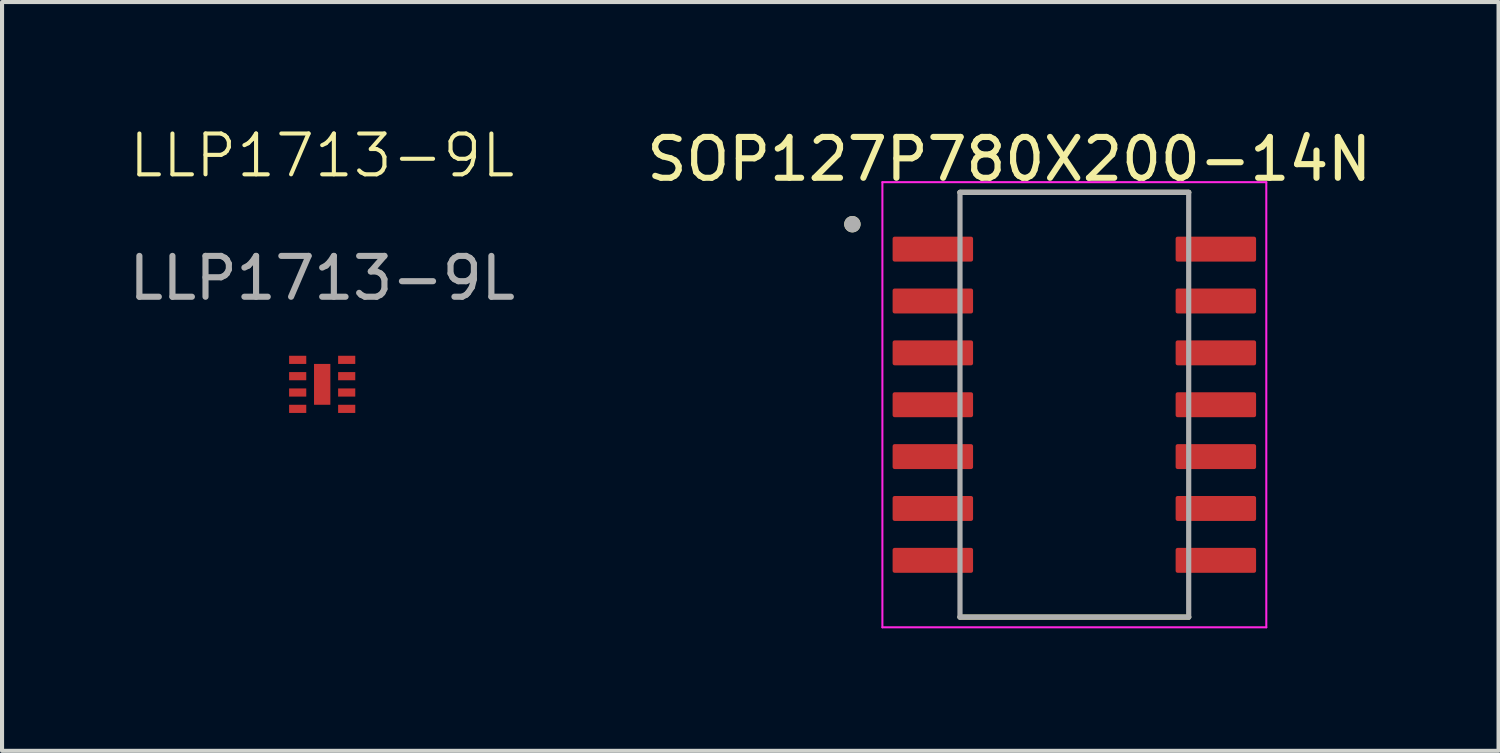
<source format=kicad_pcb>
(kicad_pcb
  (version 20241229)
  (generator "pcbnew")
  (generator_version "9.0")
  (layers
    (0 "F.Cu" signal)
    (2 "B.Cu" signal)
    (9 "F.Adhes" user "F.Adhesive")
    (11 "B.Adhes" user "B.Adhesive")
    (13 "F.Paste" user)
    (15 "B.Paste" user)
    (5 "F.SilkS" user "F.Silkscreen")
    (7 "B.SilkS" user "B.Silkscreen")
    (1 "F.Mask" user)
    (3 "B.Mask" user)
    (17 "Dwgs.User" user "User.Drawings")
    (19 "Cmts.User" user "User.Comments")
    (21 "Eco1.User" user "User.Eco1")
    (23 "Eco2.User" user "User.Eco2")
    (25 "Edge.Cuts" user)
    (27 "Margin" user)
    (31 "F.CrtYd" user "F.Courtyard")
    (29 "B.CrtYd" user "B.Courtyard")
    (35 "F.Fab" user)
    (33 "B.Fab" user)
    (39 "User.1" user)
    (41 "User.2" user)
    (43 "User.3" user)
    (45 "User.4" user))
  (footprint "LLP1713-9L"
    (layer "F.Cu")
    (at 4.839 6.361)
    (property "Reference" "LLP1713-9L" (at 0 -5.6 0) (unlocked yes) (layer "F.SilkS") (effects (font (size 1 1) (thickness 0.1))))
    (attr smd)
    (fp_text user "${REFERENCE}" (at 0 -2.6 0) (unlocked yes) (layer "F.Fab") (effects (font (size 1 1) (thickness 0.15))))
    (pad "1" smd rect (at -0.6 -0.6 90) (size 0.2 0.42) (layers "F.Cu" "F.Mask" "F.Paste"))
    (pad "2" smd rect (at -0.6 -0.2 90) (size 0.2 0.42) (layers "F.Cu" "F.Mask" "F.Paste"))
    (pad "3" smd rect (at -0.6 0.2 90) (size 0.2 0.42) (layers "F.Cu" "F.Mask" "F.Paste"))
    (pad "4" smd rect (at -0.6 0.6 90) (size 0.2 0.42) (layers "F.Cu" "F.Mask" "F.Paste"))
    (pad "5" smd rect (at 0.6 -0.6 90) (size 0.2 0.42) (layers "F.Cu" "F.Mask" "F.Paste"))
    (pad "6" smd rect (at 0.6 -0.2 90) (size 0.2 0.42) (layers "F.Cu" "F.Mask" "F.Paste"))
    (pad "7" smd rect (at 0.6 0.2 90) (size 0.2 0.42) (layers "F.Cu" "F.Mask" "F.Paste"))
    (pad "8" smd rect (at 0.6 0.6 90) (size 0.2 0.42) (layers "F.Cu" "F.Mask" "F.Paste"))
    (pad "9" smd rect (at 0 0) (size 0.4 1) (layers "F.Cu" "F.Mask" "F.Paste")))
  (footprint "SOP127P780X200-14N"
    (layer "F.Cu")
    (at 23.256 6.86)
    (property "Reference" "SOP127P780X200-14N" (at -1.595 -6.012 0) (layer "F.SilkS") (effects (font (size 1 1) (thickness 0.15))))
    (attr smd)
    (fp_line (start -2.8 -5.2) (end 2.8 -5.2) (stroke (width 0.127) (type solid)) (layer "F.SilkS"))
    (fp_line (start -2.8 5.2) (end 2.8 5.2) (stroke (width 0.127) (type solid)) (layer "F.SilkS"))
    (fp_circle (center -5.435 -4.42) (end -5.335 -4.42) (stroke (width 0.2) (type solid)) (fill no) (layer "F.SilkS"))
    (fp_line (start -4.7 -5.45) (end -4.7 5.45) (stroke (width 0.05) (type solid)) (layer "F.CrtYd"))
    (fp_line (start -4.7 -5.45) (end 4.7 -5.45) (stroke (width 0.05) (type solid)) (layer "F.CrtYd"))
    (fp_line (start -4.7 5.45) (end 4.7 5.45) (stroke (width 0.05) (type solid)) (layer "F.CrtYd"))
    (fp_line (start 4.7 -5.45) (end 4.7 5.45) (stroke (width 0.05) (type solid)) (layer "F.CrtYd"))
    (fp_line (start -2.8 -5.2) (end -2.8 5.2) (stroke (width 0.127) (type solid)) (layer "F.Fab"))
    (fp_line (start -2.8 -5.2) (end 2.8 -5.2) (stroke (width 0.127) (type solid)) (layer "F.Fab"))
    (fp_line (start -2.8 5.2) (end 2.8 5.2) (stroke (width 0.127) (type solid)) (layer "F.Fab"))
    (fp_line (start 2.8 -5.2) (end 2.8 5.2) (stroke (width 0.127) (type solid)) (layer "F.Fab"))
    (fp_circle (center -5.435 -4.42) (end -5.335 -4.42) (stroke (width 0.2) (type solid)) (fill no) (layer "F.Fab"))
    (pad "1" smd roundrect (at -3.465 -3.81) (size 1.97 0.61) (layers "F.Cu" "F.Mask" "F.Paste") (roundrect_rratio 0.08))
    (pad "2" smd roundrect (at -3.465 -2.54) (size 1.97 0.61) (layers "F.Cu" "F.Mask" "F.Paste") (roundrect_rratio 0.08))
    (pad "3" smd roundrect (at -3.465 -1.27) (size 1.97 0.61) (layers "F.Cu" "F.Mask" "F.Paste") (roundrect_rratio 0.08))
    (pad "4" smd roundrect (at -3.465 0) (size 1.97 0.61) (layers "F.Cu" "F.Mask" "F.Paste") (roundrect_rratio 0.08))
    (pad "5" smd roundrect (at -3.465 1.27) (size 1.97 0.61) (layers "F.Cu" "F.Mask" "F.Paste") (roundrect_rratio 0.08))
    (pad "6" smd roundrect (at -3.465 2.54) (size 1.97 0.61) (layers "F.Cu" "F.Mask" "F.Paste") (roundrect_rratio 0.08))
    (pad "7" smd roundrect (at -3.465 3.81) (size 1.97 0.61) (layers "F.Cu" "F.Mask" "F.Paste") (roundrect_rratio 0.08))
    (pad "8" smd roundrect (at 3.465 3.81) (size 1.97 0.61) (layers "F.Cu" "F.Mask" "F.Paste") (roundrect_rratio 0.08))
    (pad "9" smd roundrect (at 3.465 2.54) (size 1.97 0.61) (layers "F.Cu" "F.Mask" "F.Paste") (roundrect_rratio 0.08))
    (pad "10" smd roundrect (at 3.465 1.27) (size 1.97 0.61) (layers "F.Cu" "F.Mask" "F.Paste") (roundrect_rratio 0.08))
    (pad "11" smd roundrect (at 3.465 0) (size 1.97 0.61) (layers "F.Cu" "F.Mask" "F.Paste") (roundrect_rratio 0.08))
    (pad "12" smd roundrect (at 3.465 -1.27) (size 1.97 0.61) (layers "F.Cu" "F.Mask" "F.Paste") (roundrect_rratio 0.08))
    (pad "13" smd roundrect (at 3.465 -2.54) (size 1.97 0.61) (layers "F.Cu" "F.Mask" "F.Paste") (roundrect_rratio 0.08))
    (pad "14" smd roundrect (at 3.465 -3.81) (size 1.97 0.61) (layers "F.Cu" "F.Mask" "F.Paste") (roundrect_rratio 0.08)))
  (gr_rect
    (start -3 -3)
    (end 33.643 15.335)
    (stroke (width 0.1) (type default))
    (fill no)
    (layer "Edge.Cuts")))
</source>
